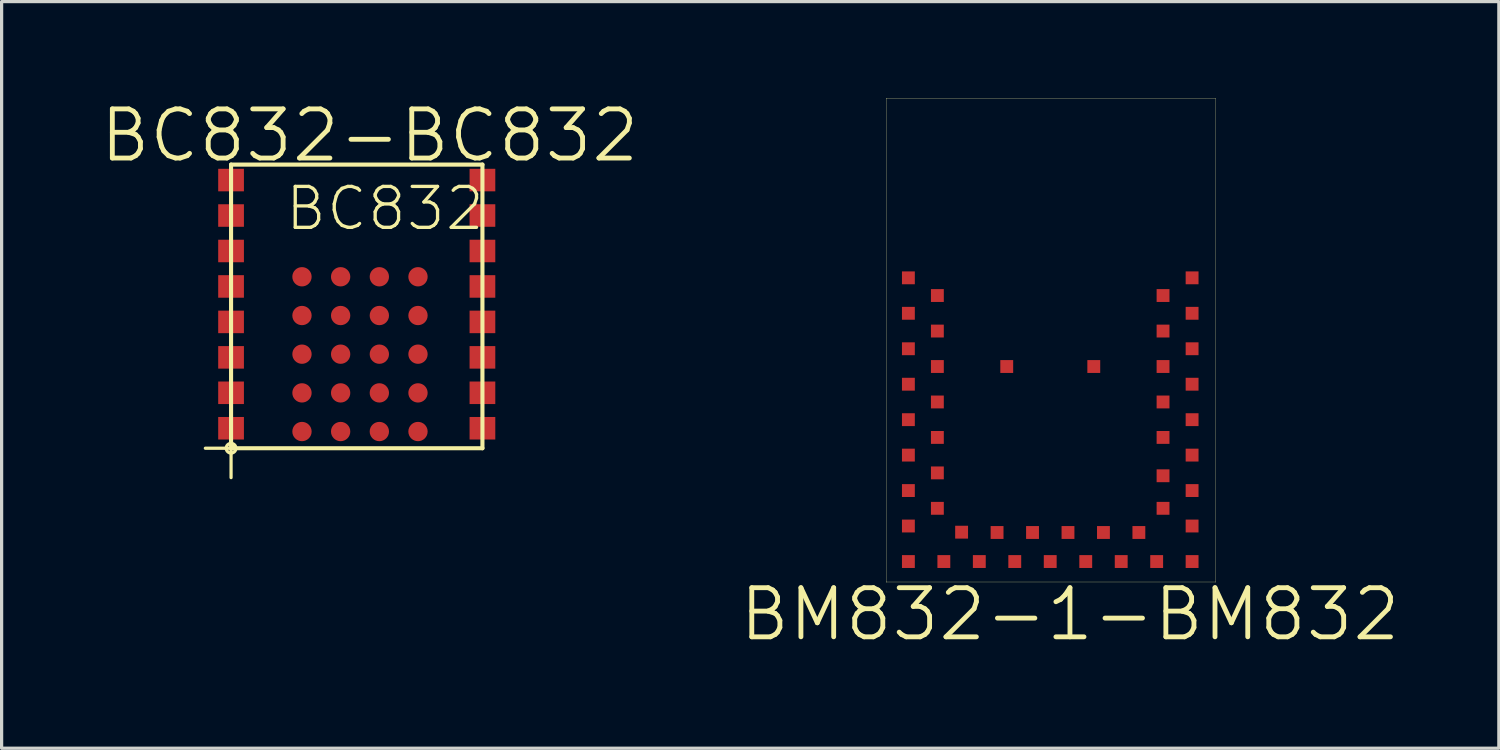
<source format=kicad_pcb>
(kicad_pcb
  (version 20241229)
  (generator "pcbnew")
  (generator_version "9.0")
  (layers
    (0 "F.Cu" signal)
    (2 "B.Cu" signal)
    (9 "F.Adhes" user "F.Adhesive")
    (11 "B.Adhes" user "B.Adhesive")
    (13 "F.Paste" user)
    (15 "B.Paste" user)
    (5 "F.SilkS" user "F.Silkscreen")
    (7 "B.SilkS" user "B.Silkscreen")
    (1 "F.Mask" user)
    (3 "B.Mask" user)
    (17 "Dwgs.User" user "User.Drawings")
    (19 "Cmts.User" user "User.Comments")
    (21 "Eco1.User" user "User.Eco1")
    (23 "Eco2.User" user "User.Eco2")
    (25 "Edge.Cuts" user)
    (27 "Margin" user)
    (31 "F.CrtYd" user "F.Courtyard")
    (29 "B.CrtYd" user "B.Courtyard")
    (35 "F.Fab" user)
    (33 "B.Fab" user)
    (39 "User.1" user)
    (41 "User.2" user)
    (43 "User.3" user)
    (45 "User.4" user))
  (footprint "BM832-1-BM832"
    (layer "F.Cu")
    (at 24.442 15.008)
    (property "Reference" "BM832-1-BM832" (at 5.7 1 0) (layer "F.SilkS") (effects (font (size 1.524 1.524) (thickness 0.15))))
    (attr smd)
    (fp_line (start 0.008 -15.001) (end 10.203 -15.001) (stroke (width 0.008) (type solid)) (layer "F.SilkS"))
    (fp_line (start 0.008 -14.999) (end 0.008 -15.001) (stroke (width 0.008) (type solid)) (layer "F.SilkS"))
    (fp_line (start 0.008 -0.005) (end 0.008 -14.999) (stroke (width 0.008) (type solid)) (layer "F.SilkS"))
    (fp_line (start 0.008 -0.003) (end 0.008 -0.005) (stroke (width 0.008) (type solid)) (layer "F.SilkS"))
    (fp_line (start 10.203 -15.001) (end 10.206 -15.001) (stroke (width 0.008) (type solid)) (layer "F.SilkS"))
    (fp_line (start 10.206 -15.001) (end 10.206 -0.005) (stroke (width 0.008) (type solid)) (layer "F.SilkS"))
    (fp_line (start 10.206 -0.005) (end 10.206 -0.003) (stroke (width 0.008) (type solid)) (layer "F.SilkS"))
    (fp_line (start 10.206 -0.003) (end 0.008 -0.003) (stroke (width 0.008) (type solid)) (layer "F.SilkS"))
    (fp_arc (start 0.00508 -15.00124) (mid 0.005824 -15.003036) (end 0.00762 -15.00378) (stroke (width 0.00762) (type solid)) (layer "F.SilkS"))
    (fp_arc (start 0.00762 -15.00378) (mid 0.009416 -15.003036) (end 0.01016 -15.00124) (stroke (width 0.00762) (type solid)) (layer "F.SilkS"))
    (fp_arc (start 0.00762 -14.9987) (mid 0.00508 -15.00124) (end 0.00762 -15.00378) (stroke (width 0.00762) (type solid)) (layer "F.SilkS"))
    (fp_arc (start 0.00762 0) (mid 0.005824 -0.000744) (end 0.00508 -0.00254) (stroke (width 0.00762) (type solid)) (layer "F.SilkS"))
    (fp_arc (start 0.00762 0) (mid 0.00508 -0.00254) (end 0.00762 -0.00508) (stroke (width 0.00762) (type solid)) (layer "F.SilkS"))
    (fp_arc (start 0.01016 -0.00254) (mid 0.009416 -0.000744) (end 0.00762 0) (stroke (width 0.00762) (type solid)) (layer "F.SilkS"))
    (fp_arc (start 10.20318 -15.00124) (mid 10.20572 -15.00378) (end 10.20826 -15.00124) (stroke (width 0.00762) (type solid)) (layer "F.SilkS"))
    (fp_arc (start 10.20572 -15.00378) (mid 10.207516 -15.003036) (end 10.20826 -15.00124) (stroke (width 0.00762) (type solid)) (layer "F.SilkS"))
    (fp_arc (start 10.20572 -0.00508) (mid 10.20826 -0.00254) (end 10.20572 0) (stroke (width 0.00762) (type solid)) (layer "F.SilkS"))
    (fp_arc (start 10.20572 0) (mid 10.203924 -0.000744) (end 10.20318 -0.00254) (stroke (width 0.00762) (type solid)) (layer "F.SilkS"))
    (fp_arc (start 10.20826 -15.00124) (mid 10.207516 -14.999444) (end 10.20572 -14.9987) (stroke (width 0.00762) (type solid)) (layer "F.SilkS"))
    (fp_arc (start 10.20826 -0.00254) (mid 10.207516 -0.000744) (end 10.20572 0) (stroke (width 0.00762) (type solid)) (layer "F.SilkS"))
    (pad "P$1" smd rect (at 0.688 -9.439 180) (size 0.399 0.399) (layers "F.Cu" "F.Mask" "F.Paste"))
    (pad "P$2" smd rect (at 1.587 -8.89 90) (size 0.399 0.399) (layers "F.Cu" "F.Mask" "F.Paste"))
    (pad "P$3" smd rect (at 0.688 -8.339 90) (size 0.399 0.399) (layers "F.Cu" "F.Mask" "F.Paste"))
    (pad "P$4" smd rect (at 1.587 -7.788 90) (size 0.399 0.399) (layers "F.Cu" "F.Mask" "F.Paste"))
    (pad "P$5" smd rect (at 0.688 -7.239 90) (size 0.399 0.399) (layers "F.Cu" "F.Mask" "F.Paste"))
    (pad "P$6" smd rect (at 1.587 -6.688 90) (size 0.399 0.399) (layers "F.Cu" "F.Mask" "F.Paste"))
    (pad "P$7" smd rect (at 0.688 -6.139 90) (size 0.399 0.399) (layers "F.Cu" "F.Mask" "F.Paste"))
    (pad "P$8" smd rect (at 1.587 -5.588 180) (size 0.399 0.399) (layers "F.Cu" "F.Mask" "F.Paste"))
    (pad "P$9" smd rect (at 0.688 -5.039 90) (size 0.399 0.399) (layers "F.Cu" "F.Mask" "F.Paste"))
    (pad "P$10" smd rect (at 1.587 -4.488 90) (size 0.399 0.399) (layers "F.Cu" "F.Mask" "F.Paste"))
    (pad "P$11" smd rect (at 0.688 -3.94 90) (size 0.399 0.399) (layers "F.Cu" "F.Mask" "F.Paste"))
    (pad "P$12" smd rect (at 1.587 -3.388 90) (size 0.399 0.399) (layers "F.Cu" "F.Mask" "F.Paste"))
    (pad "P$13" smd rect (at 0.688 -2.84 90) (size 0.399 0.399) (layers "F.Cu" "F.Mask" "F.Paste"))
    (pad "P$14" smd rect (at 1.587 -2.289 90) (size 0.399 0.399) (layers "F.Cu" "F.Mask" "F.Paste"))
    (pad "P$15" smd rect (at 0.688 -1.74 90) (size 0.399 0.399) (layers "F.Cu" "F.Mask" "F.Paste"))
    (pad "P$16" smd rect (at 0.688 -0.638 90) (size 0.399 0.399) (layers "F.Cu" "F.Mask" "F.Paste"))
    (pad "P$17" smd rect (at 1.788 -0.638 90) (size 0.399 0.399) (layers "F.Cu" "F.Mask" "F.Paste"))
    (pad "P$18" smd rect (at 2.339 -1.549 180) (size 0.399 0.399) (layers "F.Cu" "F.Mask" "F.Paste"))
    (pad "P$19" smd rect (at 2.888 -0.638 90) (size 0.399 0.399) (layers "F.Cu" "F.Mask" "F.Paste"))
    (pad "P$20" smd rect (at 3.439 -1.539 90) (size 0.399 0.399) (layers "F.Cu" "F.Mask" "F.Paste"))
    (pad "P$21" smd rect (at 3.988 -0.638 90) (size 0.399 0.399) (layers "F.Cu" "F.Mask" "F.Paste"))
    (pad "P$22" smd rect (at 4.539 -1.539 90) (size 0.399 0.399) (layers "F.Cu" "F.Mask" "F.Paste"))
    (pad "P$23" smd rect (at 5.088 -0.638 180) (size 0.399 0.399) (layers "F.Cu" "F.Mask" "F.Paste"))
    (pad "P$24" smd rect (at 5.639 -1.539 90) (size 0.399 0.399) (layers "F.Cu" "F.Mask" "F.Paste"))
    (pad "P$25" smd rect (at 6.19 -0.638 90) (size 0.399 0.399) (layers "F.Cu" "F.Mask" "F.Paste"))
    (pad "P$26" smd rect (at 6.739 -1.539 90) (size 0.399 0.399) (layers "F.Cu" "F.Mask" "F.Paste"))
    (pad "P$27" smd rect (at 7.29 -0.638 90) (size 0.399 0.399) (layers "F.Cu" "F.Mask" "F.Paste"))
    (pad "P$28" smd rect (at 7.838 -1.539 90) (size 0.399 0.399) (layers "F.Cu" "F.Mask" "F.Paste"))
    (pad "P$29" smd rect (at 8.39 -0.638 90) (size 0.399 0.399) (layers "F.Cu" "F.Mask" "F.Paste"))
    (pad "P$30" smd rect (at 9.489 -0.638 180) (size 0.399 0.399) (layers "F.Cu" "F.Mask" "F.Paste"))
    (pad "P$31" smd rect (at 9.489 -1.74 90) (size 0.399 0.399) (layers "F.Cu" "F.Mask" "F.Paste"))
    (pad "P$32" smd rect (at 8.588 -2.289 90) (size 0.399 0.399) (layers "F.Cu" "F.Mask" "F.Paste"))
    (pad "P$33" smd rect (at 9.489 -2.84 90) (size 0.399 0.399) (layers "F.Cu" "F.Mask" "F.Paste"))
    (pad "P$34" smd rect (at 8.588 -3.299 90) (size 0.399 0.399) (layers "F.Cu" "F.Mask" "F.Paste"))
    (pad "P$35" smd rect (at 9.489 -3.94 90) (size 0.399 0.399) (layers "F.Cu" "F.Mask" "F.Paste"))
    (pad "P$36" smd rect (at 8.588 -4.488 90) (size 0.399 0.399) (layers "F.Cu" "F.Mask" "F.Paste"))
    (pad "P$37" smd rect (at 9.489 -5.039 90) (size 0.399 0.399) (layers "F.Cu" "F.Mask" "F.Paste"))
    (pad "P$38" smd rect (at 8.588 -5.588 90) (size 0.399 0.399) (layers "F.Cu" "F.Mask" "F.Paste"))
    (pad "P$39" smd rect (at 9.489 -6.139 90) (size 0.399 0.399) (layers "F.Cu" "F.Mask" "F.Paste"))
    (pad "P$40" smd rect (at 8.588 -6.688 90) (size 0.399 0.399) (layers "F.Cu" "F.Mask" "F.Paste"))
    (pad "P$41" smd rect (at 9.489 -7.239 90) (size 0.399 0.399) (layers "F.Cu" "F.Mask" "F.Paste"))
    (pad "P$42" smd rect (at 8.588 -7.788 90) (size 0.399 0.399) (layers "F.Cu" "F.Mask" "F.Paste"))
    (pad "P$43" smd rect (at 9.489 -8.339 90) (size 0.399 0.399) (layers "F.Cu" "F.Mask" "F.Paste"))
    (pad "P$44" smd rect (at 8.588 -8.89 90) (size 0.399 0.399) (layers "F.Cu" "F.Mask" "F.Paste"))
    (pad "P$45" smd rect (at 9.489 -9.439 90) (size 0.399 0.399) (layers "F.Cu" "F.Mask" "F.Paste"))
    (pad "P$46" smd rect (at 6.439 -6.688 90) (size 0.399 0.399) (layers "F.Cu" "F.Mask" "F.Paste"))
    (pad "P$47" smd rect (at 3.739 -6.688 90) (size 0.399 0.399) (layers "F.Cu" "F.Mask" "F.Paste")))
  (footprint "BC832-BC832"
    (layer "F.Cu")
    (at 4.118 10.855)
    (property "Reference" "BC832-BC832" (at 4.3 -9.7 0) (layer "F.SilkS") (effects (font (size 1.524 1.524) (thickness 0.15))))
    (attr smd)
    (fp_line (start -0.798 0) (end 0 0) (stroke (width 0.1) (type solid)) (layer "F.SilkS"))
    (fp_line (start -0.005 -0.003) (end -0.005 -0.521) (stroke (width 0.1) (type solid)) (layer "F.SilkS"))
    (fp_line (start 0 -8.799) (end 0 -0.099) (stroke (width 0.127) (type solid)) (layer "F.SilkS"))
    (fp_line (start 0 -8.799) (end 7.798 -8.799) (stroke (width 0.127) (type solid)) (layer "F.SilkS"))
    (fp_line (start 0 -0.254) (end 0 -0.15) (stroke (width 0.1) (type solid)) (layer "F.SilkS"))
    (fp_line (start 0 -0.15) (end 0 0) (stroke (width 0.1) (type solid)) (layer "F.SilkS"))
    (fp_line (start 0 -0.099) (end 0.099 0) (stroke (width 0.127) (type solid)) (layer "F.SilkS"))
    (fp_line (start 0 0.15) (end 0 0) (stroke (width 0.1) (type solid)) (layer "F.SilkS"))
    (fp_line (start 0 0.912) (end 0 0.15) (stroke (width 0.1) (type solid)) (layer "F.SilkS"))
    (fp_line (start 0.099 0) (end 0 0) (stroke (width 0.127) (type solid)) (layer "F.SilkS"))
    (fp_line (start 7.798 -8.799) (end 7.798 0) (stroke (width 0.127) (type solid)) (layer "F.SilkS"))
    (fp_line (start 7.798 0) (end 0.099 0) (stroke (width 0.127) (type solid)) (layer "F.SilkS"))
    (fp_arc (start 0 -0.14986) (mid 0.14986 0) (end 0 0.14986) (stroke (width 0.1) (type solid)) (layer "F.SilkS"))
    (fp_arc (start 0 0.14986) (mid -0.14986 0) (end 0 -0.14986) (stroke (width 0.1) (type solid)) (layer "F.SilkS"))
    (fp_text user "BC832" (at 4.773 -7.435 0) (layer "F.SilkS") (effects (font (size 1.27 1.27) (thickness 0.102))))
    (pad "P$1" smd rect (at 0 -8.319 180) (size 0.798 0.699) (layers "F.Cu" "F.Mask" "F.Paste"))
    (pad "P$2" smd rect (at 0 -7.219) (size 0.798 0.699) (layers "F.Cu" "F.Mask" "F.Paste"))
    (pad "P$3" smd rect (at 0 -6.119) (size 0.798 0.699) (layers "F.Cu" "F.Mask" "F.Paste"))
    (pad "P$4" smd rect (at 0 -5.019) (size 0.798 0.699) (layers "F.Cu" "F.Mask" "F.Paste"))
    (pad "P$5" smd rect (at 0 -3.919) (size 0.798 0.699) (layers "F.Cu" "F.Mask" "F.Paste"))
    (pad "P$6" smd rect (at 0 -2.819) (size 0.798 0.699) (layers "F.Cu" "F.Mask" "F.Paste"))
    (pad "P$7" smd rect (at 0 -1.72) (size 0.798 0.699) (layers "F.Cu" "F.Mask" "F.Paste"))
    (pad "P$8" smd rect (at 0 -0.62) (size 0.798 0.699) (layers "F.Cu" "F.Mask" "F.Paste"))
    (pad "P$9" smd rect (at 7.798 -0.62) (size 0.798 0.699) (layers "F.Cu" "F.Mask" "F.Paste"))
    (pad "P$10" smd rect (at 7.798 -1.72) (size 0.798 0.699) (layers "F.Cu" "F.Mask" "F.Paste"))
    (pad "P$11" smd rect (at 7.798 -2.819) (size 0.798 0.699) (layers "F.Cu" "F.Mask" "F.Paste"))
    (pad "P$12" smd rect (at 7.798 -3.919) (size 0.798 0.699) (layers "F.Cu" "F.Mask" "F.Paste"))
    (pad "P$13" smd rect (at 7.798 -5.019) (size 0.798 0.699) (layers "F.Cu" "F.Mask" "F.Paste"))
    (pad "P$14" smd rect (at 7.798 -6.119) (size 0.798 0.699) (layers "F.Cu" "F.Mask" "F.Paste"))
    (pad "P$15" smd rect (at 7.798 -7.219) (size 0.798 0.699) (layers "F.Cu" "F.Mask" "F.Paste"))
    (pad "P$16" smd rect (at 7.798 -8.319) (size 0.798 0.699) (layers "F.Cu" "F.Mask" "F.Paste"))
    (pad "P$A1" smd circle (at 2.2 -5.319 180) (size 0.599 0.599) (layers "F.Cu" "F.Mask" "F.Paste"))
    (pad "P$A2" smd circle (at 2.2 -4.117 180) (size 0.599 0.599) (layers "F.Cu" "F.Mask" "F.Paste"))
    (pad "P$A3" smd circle (at 2.2 -2.918 180) (size 0.599 0.599) (layers "F.Cu" "F.Mask" "F.Paste"))
    (pad "P$A4" smd circle (at 2.2 -1.717 180) (size 0.599 0.599) (layers "F.Cu" "F.Mask" "F.Paste"))
    (pad "P$A5" smd circle (at 2.2 -0.518) (size 0.599 0.599) (layers "F.Cu" "F.Mask" "F.Paste"))
    (pad "P$B1" smd circle (at 3.399 -5.319 180) (size 0.599 0.599) (layers "F.Cu" "F.Mask" "F.Paste"))
    (pad "P$B2" smd circle (at 3.399 -4.117 180) (size 0.599 0.599) (layers "F.Cu" "F.Mask" "F.Paste"))
    (pad "P$B3" smd circle (at 3.399 -2.918 180) (size 0.599 0.599) (layers "F.Cu" "F.Mask" "F.Paste"))
    (pad "P$B4" smd circle (at 3.399 -1.717 180) (size 0.599 0.599) (layers "F.Cu" "F.Mask" "F.Paste"))
    (pad "P$B5" smd circle (at 3.399 -0.518 180) (size 0.599 0.599) (layers "F.Cu" "F.Mask" "F.Paste"))
    (pad "P$C1" smd circle (at 4.6 -5.319 180) (size 0.599 0.599) (layers "F.Cu" "F.Mask" "F.Paste"))
    (pad "P$C2" smd circle (at 4.6 -4.117 180) (size 0.599 0.599) (layers "F.Cu" "F.Mask" "F.Paste"))
    (pad "P$C3" smd circle (at 4.6 -2.918 180) (size 0.599 0.599) (layers "F.Cu" "F.Mask" "F.Paste"))
    (pad "P$C4" smd circle (at 4.6 -1.717 180) (size 0.599 0.599) (layers "F.Cu" "F.Mask" "F.Paste"))
    (pad "P$C5" smd circle (at 4.6 -0.518 180) (size 0.599 0.599) (layers "F.Cu" "F.Mask" "F.Paste"))
    (pad "P$D1" smd circle (at 5.799 -5.319 180) (size 0.599 0.599) (layers "F.Cu" "F.Mask" "F.Paste"))
    (pad "P$D2" smd circle (at 5.799 -4.117 180) (size 0.599 0.599) (layers "F.Cu" "F.Mask" "F.Paste"))
    (pad "P$D3" smd circle (at 5.799 -2.918 180) (size 0.599 0.599) (layers "F.Cu" "F.Mask" "F.Paste"))
    (pad "P$D4" smd circle (at 5.799 -1.717 180) (size 0.599 0.599) (layers "F.Cu" "F.Mask" "F.Paste"))
    (pad "P$D5" smd circle (at 5.799 -0.518 180) (size 0.599 0.599) (layers "F.Cu" "F.Mask" "F.Paste")))
  (gr_rect
    (start -3 -3)
    (end 43.447 20.162)
    (stroke (width 0.1) (type default))
    (fill no)
    (layer "Edge.Cuts")))
</source>
